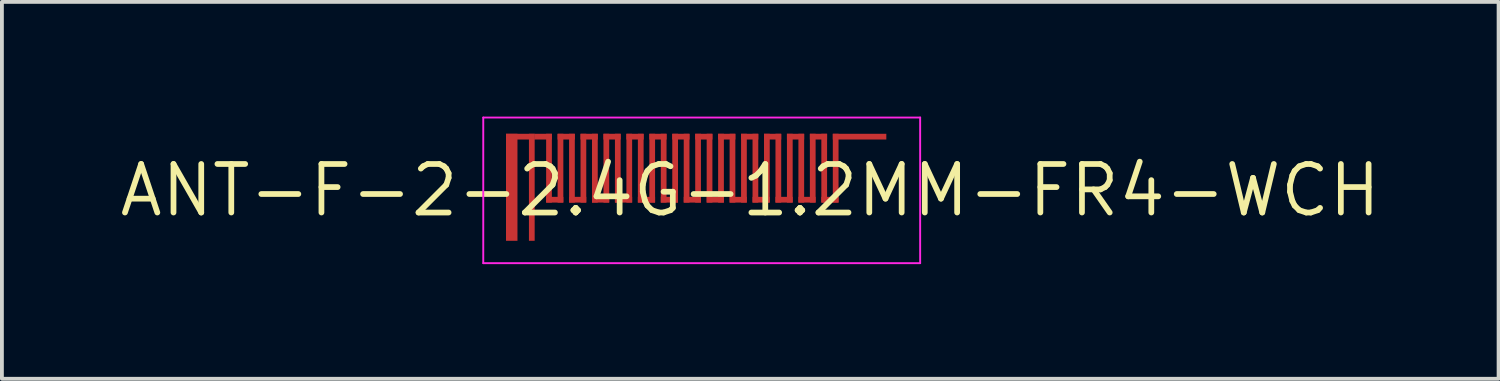
<source format=kicad_pcb>
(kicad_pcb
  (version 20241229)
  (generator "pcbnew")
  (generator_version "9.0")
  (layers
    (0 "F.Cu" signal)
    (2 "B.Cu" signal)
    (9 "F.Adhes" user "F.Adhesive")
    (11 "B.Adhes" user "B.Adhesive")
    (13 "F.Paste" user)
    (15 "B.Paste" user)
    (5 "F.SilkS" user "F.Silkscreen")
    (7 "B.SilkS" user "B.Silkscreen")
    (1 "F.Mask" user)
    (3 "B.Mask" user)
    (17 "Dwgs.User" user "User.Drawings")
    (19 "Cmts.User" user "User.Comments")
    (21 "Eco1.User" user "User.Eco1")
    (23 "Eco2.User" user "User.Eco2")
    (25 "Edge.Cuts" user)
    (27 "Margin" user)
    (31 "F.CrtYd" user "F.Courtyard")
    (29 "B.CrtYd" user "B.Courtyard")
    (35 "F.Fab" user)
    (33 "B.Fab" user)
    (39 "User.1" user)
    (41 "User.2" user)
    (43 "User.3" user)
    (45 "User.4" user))
  (footprint "ANT-F-2-2.4G-1.2MM-FR4-WCH"
    (layer "F.Cu")
    (at 15.308 1.93)
    (property "Reference" "ANT-F-2-2.4G-1.2MM-FR4-WCH" (at 1.27 0 0) (layer "F.SilkS") (effects (font (size 1.27 1.27) (thickness 0.15))))
    (attr exclude_from_pos_files exclude_from_bom)
    (fp_poly (pts (xy -4.37 -1.33) (xy -3.92 -1.33) (xy -3.92 -1.48) (xy -4.37 -1.48)) (stroke (width 0) (type solid)) (fill yes) (layer "F.Cu"))
    (fp_poly (pts (xy -4.37 -1.33) (xy -4.37 -1.48) (xy -5.12 -1.48) (xy -5.12 -1.33)) (stroke (width 0) (type solid)) (fill yes) (layer "F.Cu"))
    (fp_poly (pts (xy -4.07 0.32) (xy -3.92 0.32) (xy -3.92 -1.48) (xy -4.07 -1.48)) (stroke (width 0) (type solid)) (fill yes) (layer "F.Cu"))
    (fp_poly (pts (xy -4.07 0.32) (xy -3.62 0.32) (xy -3.62 0.17) (xy -4.07 0.17)) (stroke (width 0) (type solid)) (fill yes) (layer "F.Cu"))
    (fp_poly (pts (xy -3.77 0.32) (xy -3.62 0.32) (xy -3.62 -1.48) (xy -3.77 -1.48)) (stroke (width 0) (type solid)) (fill yes) (layer "F.Cu"))
    (fp_poly (pts (xy -3.77 -1.33) (xy -3.32 -1.33) (xy -3.32 -1.48) (xy -3.77 -1.48)) (stroke (width 0) (type solid)) (fill yes) (layer "F.Cu"))
    (fp_poly (pts (xy -3.47 0.32) (xy -3.32 0.32) (xy -3.32 -1.48) (xy -3.47 -1.48)) (stroke (width 0) (type solid)) (fill yes) (layer "F.Cu"))
    (fp_poly (pts (xy -3.47 0.32) (xy -3.02 0.32) (xy -3.02 0.17) (xy -3.47 0.17)) (stroke (width 0) (type solid)) (fill yes) (layer "F.Cu"))
    (fp_poly (pts (xy -3.17 -1.33) (xy -2.72 -1.33) (xy -2.72 -1.48) (xy -3.17 -1.48)) (stroke (width 0) (type solid)) (fill yes) (layer "F.Cu"))
    (fp_poly (pts (xy -3.17 0.32) (xy -3.02 0.32) (xy -3.02 -1.48) (xy -3.17 -1.48)) (stroke (width 0) (type solid)) (fill yes) (layer "F.Cu"))
    (fp_poly (pts (xy -2.87 0.32) (xy -2.72 0.32) (xy -2.72 -1.48) (xy -2.87 -1.48)) (stroke (width 0) (type solid)) (fill yes) (layer "F.Cu"))
    (fp_poly (pts (xy -2.87 0.32) (xy -2.42 0.32) (xy -2.42 0.17) (xy -2.87 0.17)) (stroke (width 0) (type solid)) (fill yes) (layer "F.Cu"))
    (fp_poly (pts (xy -2.57 0.32) (xy -2.42 0.32) (xy -2.42 -1.48) (xy -2.57 -1.48)) (stroke (width 0) (type solid)) (fill yes) (layer "F.Cu"))
    (fp_poly (pts (xy -2.57 -1.33) (xy -2.12 -1.33) (xy -2.12 -1.48) (xy -2.57 -1.48)) (stroke (width 0) (type solid)) (fill yes) (layer "F.Cu"))
    (fp_poly (pts (xy -2.27 0.32) (xy -2.12 0.32) (xy -2.12 -1.48) (xy -2.27 -1.48)) (stroke (width 0) (type solid)) (fill yes) (layer "F.Cu"))
    (fp_poly (pts (xy -2.27 0.32) (xy -1.82 0.32) (xy -1.82 0.17) (xy -2.27 0.17)) (stroke (width 0) (type solid)) (fill yes) (layer "F.Cu"))
    (fp_poly (pts (xy -1.97 0.32) (xy -1.82 0.32) (xy -1.82 -1.48) (xy -1.97 -1.48)) (stroke (width 0) (type solid)) (fill yes) (layer "F.Cu"))
    (fp_poly (pts (xy -1.97 -1.33) (xy -1.52 -1.33) (xy -1.52 -1.48) (xy -1.97 -1.48)) (stroke (width 0) (type solid)) (fill yes) (layer "F.Cu"))
    (fp_poly (pts (xy -1.67 0.32) (xy -1.52 0.32) (xy -1.52 -1.48) (xy -1.67 -1.48)) (stroke (width 0) (type solid)) (fill yes) (layer "F.Cu"))
    (fp_poly (pts (xy -1.67 0.32) (xy -1.22 0.32) (xy -1.22 0.17) (xy -1.67 0.17)) (stroke (width 0) (type solid)) (fill yes) (layer "F.Cu"))
    (fp_poly (pts (xy -1.37 0.32) (xy -1.22 0.32) (xy -1.22 -1.48) (xy -1.37 -1.48)) (stroke (width 0) (type solid)) (fill yes) (layer "F.Cu"))
    (fp_poly (pts (xy -1.37 -1.33) (xy -0.92 -1.33) (xy -0.92 -1.48) (xy -1.37 -1.48)) (stroke (width 0) (type solid)) (fill yes) (layer "F.Cu"))
    (fp_poly (pts (xy -1.07 0.32) (xy -0.92 0.32) (xy -0.92 -1.48) (xy -1.07 -1.48)) (stroke (width 0) (type solid)) (fill yes) (layer "F.Cu"))
    (fp_poly (pts (xy -1.07 0.32) (xy -0.62 0.32) (xy -0.62 0.17) (xy -1.07 0.17)) (stroke (width 0) (type solid)) (fill yes) (layer "F.Cu"))
    (fp_poly (pts (xy -0.77 0.32) (xy -0.62 0.32) (xy -0.62 -1.48) (xy -0.77 -1.48)) (stroke (width 0) (type solid)) (fill yes) (layer "F.Cu"))
    (fp_poly (pts (xy -0.77 -1.33) (xy -0.32 -1.33) (xy -0.32 -1.48) (xy -0.77 -1.48)) (stroke (width 0) (type solid)) (fill yes) (layer "F.Cu"))
    (fp_poly (pts (xy -0.47 0.32) (xy -0.32 0.32) (xy -0.32 -1.48) (xy -0.47 -1.48)) (stroke (width 0) (type solid)) (fill yes) (layer "F.Cu"))
    (fp_poly (pts (xy -0.47 0.32) (xy -0.02 0.32) (xy -0.02 0.17) (xy -0.47 0.17)) (stroke (width 0) (type solid)) (fill yes) (layer "F.Cu"))
    (fp_poly (pts (xy -0.17 0.32) (xy -0.02 0.32) (xy -0.02 -1.48) (xy -0.17 -1.48)) (stroke (width 0) (type solid)) (fill yes) (layer "F.Cu"))
    (fp_poly (pts (xy -0.17 -1.33) (xy 0.28 -1.33) (xy 0.28 -1.48) (xy -0.17 -1.48)) (stroke (width 0) (type solid)) (fill yes) (layer "F.Cu"))
    (fp_poly (pts (xy 0.13 0.32) (xy 0.28 0.32) (xy 0.28 -1.48) (xy 0.13 -1.48)) (stroke (width 0) (type solid)) (fill yes) (layer "F.Cu"))
    (fp_poly (pts (xy 0.13 0.32) (xy 0.58 0.32) (xy 0.58 0.17) (xy 0.13 0.17)) (stroke (width 0) (type solid)) (fill yes) (layer "F.Cu"))
    (fp_poly (pts (xy 0.43 0.32) (xy 0.58 0.32) (xy 0.58 -1.48) (xy 0.43 -1.48)) (stroke (width 0) (type solid)) (fill yes) (layer "F.Cu"))
    (fp_poly (pts (xy 0.43 -1.33) (xy 0.88 -1.33) (xy 0.88 -1.48) (xy 0.43 -1.48)) (stroke (width 0) (type solid)) (fill yes) (layer "F.Cu"))
    (fp_poly (pts (xy 0.73 0.32) (xy 0.88 0.32) (xy 0.88 -1.48) (xy 0.73 -1.48)) (stroke (width 0) (type solid)) (fill yes) (layer "F.Cu"))
    (fp_poly (pts (xy 0.73 0.32) (xy 1.18 0.32) (xy 1.18 0.17) (xy 0.73 0.17)) (stroke (width 0) (type solid)) (fill yes) (layer "F.Cu"))
    (fp_poly (pts (xy 1.03 0.32) (xy 1.18 0.32) (xy 1.18 -1.48) (xy 1.03 -1.48)) (stroke (width 0) (type solid)) (fill yes) (layer "F.Cu"))
    (fp_poly (pts (xy 1.03 -1.33) (xy 1.48 -1.33) (xy 1.48 -1.48) (xy 1.03 -1.48)) (stroke (width 0) (type solid)) (fill yes) (layer "F.Cu"))
    (fp_poly (pts (xy 1.33 0.32) (xy 1.48 0.32) (xy 1.48 -1.48) (xy 1.33 -1.48)) (stroke (width 0) (type solid)) (fill yes) (layer "F.Cu"))
    (fp_poly (pts (xy 1.33 0.32) (xy 1.78 0.32) (xy 1.78 0.17) (xy 1.33 0.17)) (stroke (width 0) (type solid)) (fill yes) (layer "F.Cu"))
    (fp_poly (pts (xy 1.63 0.32) (xy 1.78 0.32) (xy 1.78 -1.48) (xy 1.63 -1.48)) (stroke (width 0) (type solid)) (fill yes) (layer "F.Cu"))
    (fp_poly (pts (xy 1.63 -1.33) (xy 2.08 -1.33) (xy 2.08 -1.48) (xy 1.63 -1.48)) (stroke (width 0) (type solid)) (fill yes) (layer "F.Cu"))
    (fp_poly (pts (xy 1.93 0.32) (xy 2.08 0.32) (xy 2.08 -1.48) (xy 1.93 -1.48)) (stroke (width 0) (type solid)) (fill yes) (layer "F.Cu"))
    (fp_poly (pts (xy 1.93 0.32) (xy 2.38 0.32) (xy 2.38 0.17) (xy 1.93 0.17)) (stroke (width 0) (type solid)) (fill yes) (layer "F.Cu"))
    (fp_poly (pts (xy 2.23 0.32) (xy 2.38 0.32) (xy 2.38 -1.48) (xy 2.23 -1.48)) (stroke (width 0) (type solid)) (fill yes) (layer "F.Cu"))
    (fp_poly (pts (xy 2.23 -1.33) (xy 2.68 -1.33) (xy 2.68 -1.48) (xy 2.23 -1.48)) (stroke (width 0) (type solid)) (fill yes) (layer "F.Cu"))
    (fp_poly (pts (xy 2.53 0.32) (xy 2.68 0.32) (xy 2.68 -1.48) (xy 2.53 -1.48)) (stroke (width 0) (type solid)) (fill yes) (layer "F.Cu"))
    (fp_poly (pts (xy 2.53 0.32) (xy 2.98 0.32) (xy 2.98 0.17) (xy 2.53 0.17)) (stroke (width 0) (type solid)) (fill yes) (layer "F.Cu"))
    (fp_poly (pts (xy 2.83 0.32) (xy 2.98 0.32) (xy 2.98 -1.48) (xy 2.83 -1.48)) (stroke (width 0) (type solid)) (fill yes) (layer "F.Cu"))
    (fp_poly (pts (xy 2.83 -1.33) (xy 3.28 -1.33) (xy 3.28 -1.48) (xy 2.83 -1.48)) (stroke (width 0) (type solid)) (fill yes) (layer "F.Cu"))
    (fp_poly (pts (xy 3.13 0.32) (xy 3.28 0.32) (xy 3.28 -1.48) (xy 3.13 -1.48)) (stroke (width 0) (type solid)) (fill yes) (layer "F.Cu"))
    (fp_poly (pts (xy 3.13 0.32) (xy 3.58 0.32) (xy 3.58 0.17) (xy 3.13 0.17)) (stroke (width 0) (type solid)) (fill yes) (layer "F.Cu"))
    (fp_poly (pts (xy 3.43 0.32) (xy 3.58 0.32) (xy 3.58 -1.48) (xy 3.43 -1.48)) (stroke (width 0) (type solid)) (fill yes) (layer "F.Cu"))
    (fp_poly (pts (xy 3.43 -1.33) (xy 4.83 -1.33) (xy 4.83 -1.48) (xy 3.43 -1.48)) (stroke (width 0) (type solid)) (fill yes) (layer "F.Cu"))
    (fp_poly (pts (xy -5.12 1.32) (xy -4.82 1.32) (xy -4.82 -1.48) (xy -5.12 -1.48)) (stroke (width 0) (type solid)) (fill yes) (layer "F.Mask"))
    (fp_poly (pts (xy -4.52 1.32) (xy -4.37 1.32) (xy -4.37 -1.48) (xy -4.52 -1.48)) (stroke (width 0) (type solid)) (fill yes) (layer "F.Mask"))
    (fp_poly (pts (xy -4.37 -1.33) (xy -3.92 -1.33) (xy -3.92 -1.48) (xy -4.37 -1.48)) (stroke (width 0) (type solid)) (fill yes) (layer "F.Mask"))
    (fp_poly (pts (xy -4.37 -1.33) (xy -4.37 -1.48) (xy -5.12 -1.48) (xy -5.12 -1.33)) (stroke (width 0) (type solid)) (fill yes) (layer "F.Mask"))
    (fp_poly (pts (xy -4.07 0.32) (xy -3.92 0.32) (xy -3.92 -1.48) (xy -4.07 -1.48)) (stroke (width 0) (type solid)) (fill yes) (layer "F.Mask"))
    (fp_poly (pts (xy -4.07 0.32) (xy -3.62 0.32) (xy -3.62 0.17) (xy -4.07 0.17)) (stroke (width 0) (type solid)) (fill yes) (layer "F.Mask"))
    (fp_poly (pts (xy -3.77 0.32) (xy -3.62 0.32) (xy -3.62 -1.48) (xy -3.77 -1.48)) (stroke (width 0) (type solid)) (fill yes) (layer "F.Mask"))
    (fp_poly (pts (xy -3.77 -1.33) (xy -3.32 -1.33) (xy -3.32 -1.48) (xy -3.77 -1.48)) (stroke (width 0) (type solid)) (fill yes) (layer "F.Mask"))
    (fp_poly (pts (xy -3.47 0.32) (xy -3.32 0.32) (xy -3.32 -1.48) (xy -3.47 -1.48)) (stroke (width 0) (type solid)) (fill yes) (layer "F.Mask"))
    (fp_poly (pts (xy -3.47 0.32) (xy -3.02 0.32) (xy -3.02 0.17) (xy -3.47 0.17)) (stroke (width 0) (type solid)) (fill yes) (layer "F.Mask"))
    (fp_poly (pts (xy -3.17 -1.33) (xy -2.72 -1.33) (xy -2.72 -1.48) (xy -3.17 -1.48)) (stroke (width 0) (type solid)) (fill yes) (layer "F.Mask"))
    (fp_poly (pts (xy -3.17 0.32) (xy -3.02 0.32) (xy -3.02 -1.48) (xy -3.17 -1.48)) (stroke (width 0) (type solid)) (fill yes) (layer "F.Mask"))
    (fp_poly (pts (xy -2.87 0.32) (xy -2.72 0.32) (xy -2.72 -1.48) (xy -2.87 -1.48)) (stroke (width 0) (type solid)) (fill yes) (layer "F.Mask"))
    (fp_poly (pts (xy -2.87 0.32) (xy -2.42 0.32) (xy -2.42 0.17) (xy -2.87 0.17)) (stroke (width 0) (type solid)) (fill yes) (layer "F.Mask"))
    (fp_poly (pts (xy -2.57 0.32) (xy -2.42 0.32) (xy -2.42 -1.48) (xy -2.57 -1.48)) (stroke (width 0) (type solid)) (fill yes) (layer "F.Mask"))
    (fp_poly (pts (xy -2.57 -1.33) (xy -2.12 -1.33) (xy -2.12 -1.48) (xy -2.57 -1.48)) (stroke (width 0) (type solid)) (fill yes) (layer "F.Mask"))
    (fp_poly (pts (xy -2.27 0.32) (xy -2.12 0.32) (xy -2.12 -1.48) (xy -2.27 -1.48)) (stroke (width 0) (type solid)) (fill yes) (layer "F.Mask"))
    (fp_poly (pts (xy -2.27 0.32) (xy -1.82 0.32) (xy -1.82 0.17) (xy -2.27 0.17)) (stroke (width 0) (type solid)) (fill yes) (layer "F.Mask"))
    (fp_poly (pts (xy -1.97 0.32) (xy -1.82 0.32) (xy -1.82 -1.48) (xy -1.97 -1.48)) (stroke (width 0) (type solid)) (fill yes) (layer "F.Mask"))
    (fp_poly (pts (xy -1.97 -1.33) (xy -1.52 -1.33) (xy -1.52 -1.48) (xy -1.97 -1.48)) (stroke (width 0) (type solid)) (fill yes) (layer "F.Mask"))
    (fp_poly (pts (xy -1.67 0.32) (xy -1.52 0.32) (xy -1.52 -1.48) (xy -1.67 -1.48)) (stroke (width 0) (type solid)) (fill yes) (layer "F.Mask"))
    (fp_poly (pts (xy -1.67 0.32) (xy -1.22 0.32) (xy -1.22 0.17) (xy -1.67 0.17)) (stroke (width 0) (type solid)) (fill yes) (layer "F.Mask"))
    (fp_poly (pts (xy -1.37 0.32) (xy -1.22 0.32) (xy -1.22 -1.48) (xy -1.37 -1.48)) (stroke (width 0) (type solid)) (fill yes) (layer "F.Mask"))
    (fp_poly (pts (xy -1.37 -1.33) (xy -0.92 -1.33) (xy -0.92 -1.48) (xy -1.37 -1.48)) (stroke (width 0) (type solid)) (fill yes) (layer "F.Mask"))
    (fp_poly (pts (xy -1.07 0.32) (xy -0.92 0.32) (xy -0.92 -1.48) (xy -1.07 -1.48)) (stroke (width 0) (type solid)) (fill yes) (layer "F.Mask"))
    (fp_poly (pts (xy -1.07 0.32) (xy -0.62 0.32) (xy -0.62 0.17) (xy -1.07 0.17)) (stroke (width 0) (type solid)) (fill yes) (layer "F.Mask"))
    (fp_poly (pts (xy -0.77 0.32) (xy -0.62 0.32) (xy -0.62 -1.48) (xy -0.77 -1.48)) (stroke (width 0) (type solid)) (fill yes) (layer "F.Mask"))
    (fp_poly (pts (xy -0.77 -1.33) (xy -0.32 -1.33) (xy -0.32 -1.48) (xy -0.77 -1.48)) (stroke (width 0) (type solid)) (fill yes) (layer "F.Mask"))
    (fp_poly (pts (xy -0.47 0.32) (xy -0.32 0.32) (xy -0.32 -1.48) (xy -0.47 -1.48)) (stroke (width 0) (type solid)) (fill yes) (layer "F.Mask"))
    (fp_poly (pts (xy -0.47 0.32) (xy -0.02 0.32) (xy -0.02 0.17) (xy -0.47 0.17)) (stroke (width 0) (type solid)) (fill yes) (layer "F.Mask"))
    (fp_poly (pts (xy -0.17 0.32) (xy -0.02 0.32) (xy -0.02 -1.48) (xy -0.17 -1.48)) (stroke (width 0) (type solid)) (fill yes) (layer "F.Mask"))
    (fp_poly (pts (xy -0.17 -1.33) (xy 0.28 -1.33) (xy 0.28 -1.48) (xy -0.17 -1.48)) (stroke (width 0) (type solid)) (fill yes) (layer "F.Mask"))
    (fp_poly (pts (xy 0.13 0.32) (xy 0.28 0.32) (xy 0.28 -1.48) (xy 0.13 -1.48)) (stroke (width 0) (type solid)) (fill yes) (layer "F.Mask"))
    (fp_poly (pts (xy 0.13 0.32) (xy 0.58 0.32) (xy 0.58 0.17) (xy 0.13 0.17)) (stroke (width 0) (type solid)) (fill yes) (layer "F.Mask"))
    (fp_poly (pts (xy 0.43 0.32) (xy 0.58 0.32) (xy 0.58 -1.48) (xy 0.43 -1.48)) (stroke (width 0) (type solid)) (fill yes) (layer "F.Mask"))
    (fp_poly (pts (xy 0.43 -1.33) (xy 0.88 -1.33) (xy 0.88 -1.48) (xy 0.43 -1.48)) (stroke (width 0) (type solid)) (fill yes) (layer "F.Mask"))
    (fp_poly (pts (xy 0.73 0.32) (xy 0.88 0.32) (xy 0.88 -1.48) (xy 0.73 -1.48)) (stroke (width 0) (type solid)) (fill yes) (layer "F.Mask"))
    (fp_poly (pts (xy 0.73 0.32) (xy 1.18 0.32) (xy 1.18 0.17) (xy 0.73 0.17)) (stroke (width 0) (type solid)) (fill yes) (layer "F.Mask"))
    (fp_poly (pts (xy 1.03 0.32) (xy 1.18 0.32) (xy 1.18 -1.48) (xy 1.03 -1.48)) (stroke (width 0) (type solid)) (fill yes) (layer "F.Mask"))
    (fp_poly (pts (xy 1.03 -1.33) (xy 1.48 -1.33) (xy 1.48 -1.48) (xy 1.03 -1.48)) (stroke (width 0) (type solid)) (fill yes) (layer "F.Mask"))
    (fp_poly (pts (xy 1.33 0.32) (xy 1.48 0.32) (xy 1.48 -1.48) (xy 1.33 -1.48)) (stroke (width 0) (type solid)) (fill yes) (layer "F.Mask"))
    (fp_poly (pts (xy 1.33 0.32) (xy 1.78 0.32) (xy 1.78 0.17) (xy 1.33 0.17)) (stroke (width 0) (type solid)) (fill yes) (layer "F.Mask"))
    (fp_poly (pts (xy 1.63 0.32) (xy 1.78 0.32) (xy 1.78 -1.48) (xy 1.63 -1.48)) (stroke (width 0) (type solid)) (fill yes) (layer "F.Mask"))
    (fp_poly (pts (xy 1.63 -1.33) (xy 2.08 -1.33) (xy 2.08 -1.48) (xy 1.63 -1.48)) (stroke (width 0) (type solid)) (fill yes) (layer "F.Mask"))
    (fp_poly (pts (xy 1.93 0.32) (xy 2.08 0.32) (xy 2.08 -1.48) (xy 1.93 -1.48)) (stroke (width 0) (type solid)) (fill yes) (layer "F.Mask"))
    (fp_poly (pts (xy 1.93 0.32) (xy 2.38 0.32) (xy 2.38 0.17) (xy 1.93 0.17)) (stroke (width 0) (type solid)) (fill yes) (layer "F.Mask"))
    (fp_poly (pts (xy 2.23 0.32) (xy 2.38 0.32) (xy 2.38 -1.48) (xy 2.23 -1.48)) (stroke (width 0) (type solid)) (fill yes) (layer "F.Mask"))
    (fp_poly (pts (xy 2.23 -1.33) (xy 2.68 -1.33) (xy 2.68 -1.48) (xy 2.23 -1.48)) (stroke (width 0) (type solid)) (fill yes) (layer "F.Mask"))
    (fp_poly (pts (xy 2.53 0.32) (xy 2.68 0.32) (xy 2.68 -1.48) (xy 2.53 -1.48)) (stroke (width 0) (type solid)) (fill yes) (layer "F.Mask"))
    (fp_poly (pts (xy 2.53 0.32) (xy 2.98 0.32) (xy 2.98 0.17) (xy 2.53 0.17)) (stroke (width 0) (type solid)) (fill yes) (layer "F.Mask"))
    (fp_poly (pts (xy 2.83 0.32) (xy 2.98 0.32) (xy 2.98 -1.48) (xy 2.83 -1.48)) (stroke (width 0) (type solid)) (fill yes) (layer "F.Mask"))
    (fp_poly (pts (xy 2.83 -1.33) (xy 3.28 -1.33) (xy 3.28 -1.48) (xy 2.83 -1.48)) (stroke (width 0) (type solid)) (fill yes) (layer "F.Mask"))
    (fp_poly (pts (xy 3.13 0.32) (xy 3.28 0.32) (xy 3.28 -1.48) (xy 3.13 -1.48)) (stroke (width 0) (type solid)) (fill yes) (layer "F.Mask"))
    (fp_poly (pts (xy 3.13 0.32) (xy 3.58 0.32) (xy 3.58 0.17) (xy 3.13 0.17)) (stroke (width 0) (type solid)) (fill yes) (layer "F.Mask"))
    (fp_poly (pts (xy 3.43 0.32) (xy 3.58 0.32) (xy 3.58 -1.48) (xy 3.43 -1.48)) (stroke (width 0) (type solid)) (fill yes) (layer "F.Mask"))
    (fp_poly (pts (xy 3.43 -1.33) (xy 4.83 -1.33) (xy 4.83 -1.48) (xy 3.43 -1.48)) (stroke (width 0) (type solid)) (fill yes) (layer "F.Mask"))
    (fp_line (start -5.715 -1.905) (end -5.715 1.905) (stroke (width 0.05) (type solid)) (layer "F.CrtYd"))
    (fp_line (start -5.715 1.905) (end 5.715 1.905) (stroke (width 0.05) (type solid)) (layer "F.CrtYd"))
    (fp_line (start 5.715 -1.905) (end -5.715 -1.905) (stroke (width 0.05) (type solid)) (layer "F.CrtYd"))
    (fp_line (start 5.715 1.905) (end 5.715 -1.905) (stroke (width 0.05) (type solid)) (layer "F.CrtYd"))
    (pad "0" smd rect (at -4.97 -0.08) (size 0.3 2.8) (layers "F.Cu" "F.Mask" "F.Paste"))
    (pad "1" smd rect (at -4.445 -0.08) (size 0.15 2.8) (layers "F.Cu" "F.Mask" "F.Paste")))
  (gr_rect
    (start -3 -3)
    (end 36.156 6.86)
    (stroke (width 0.1) (type default))
    (fill no)
    (layer "Edge.Cuts")))
</source>
